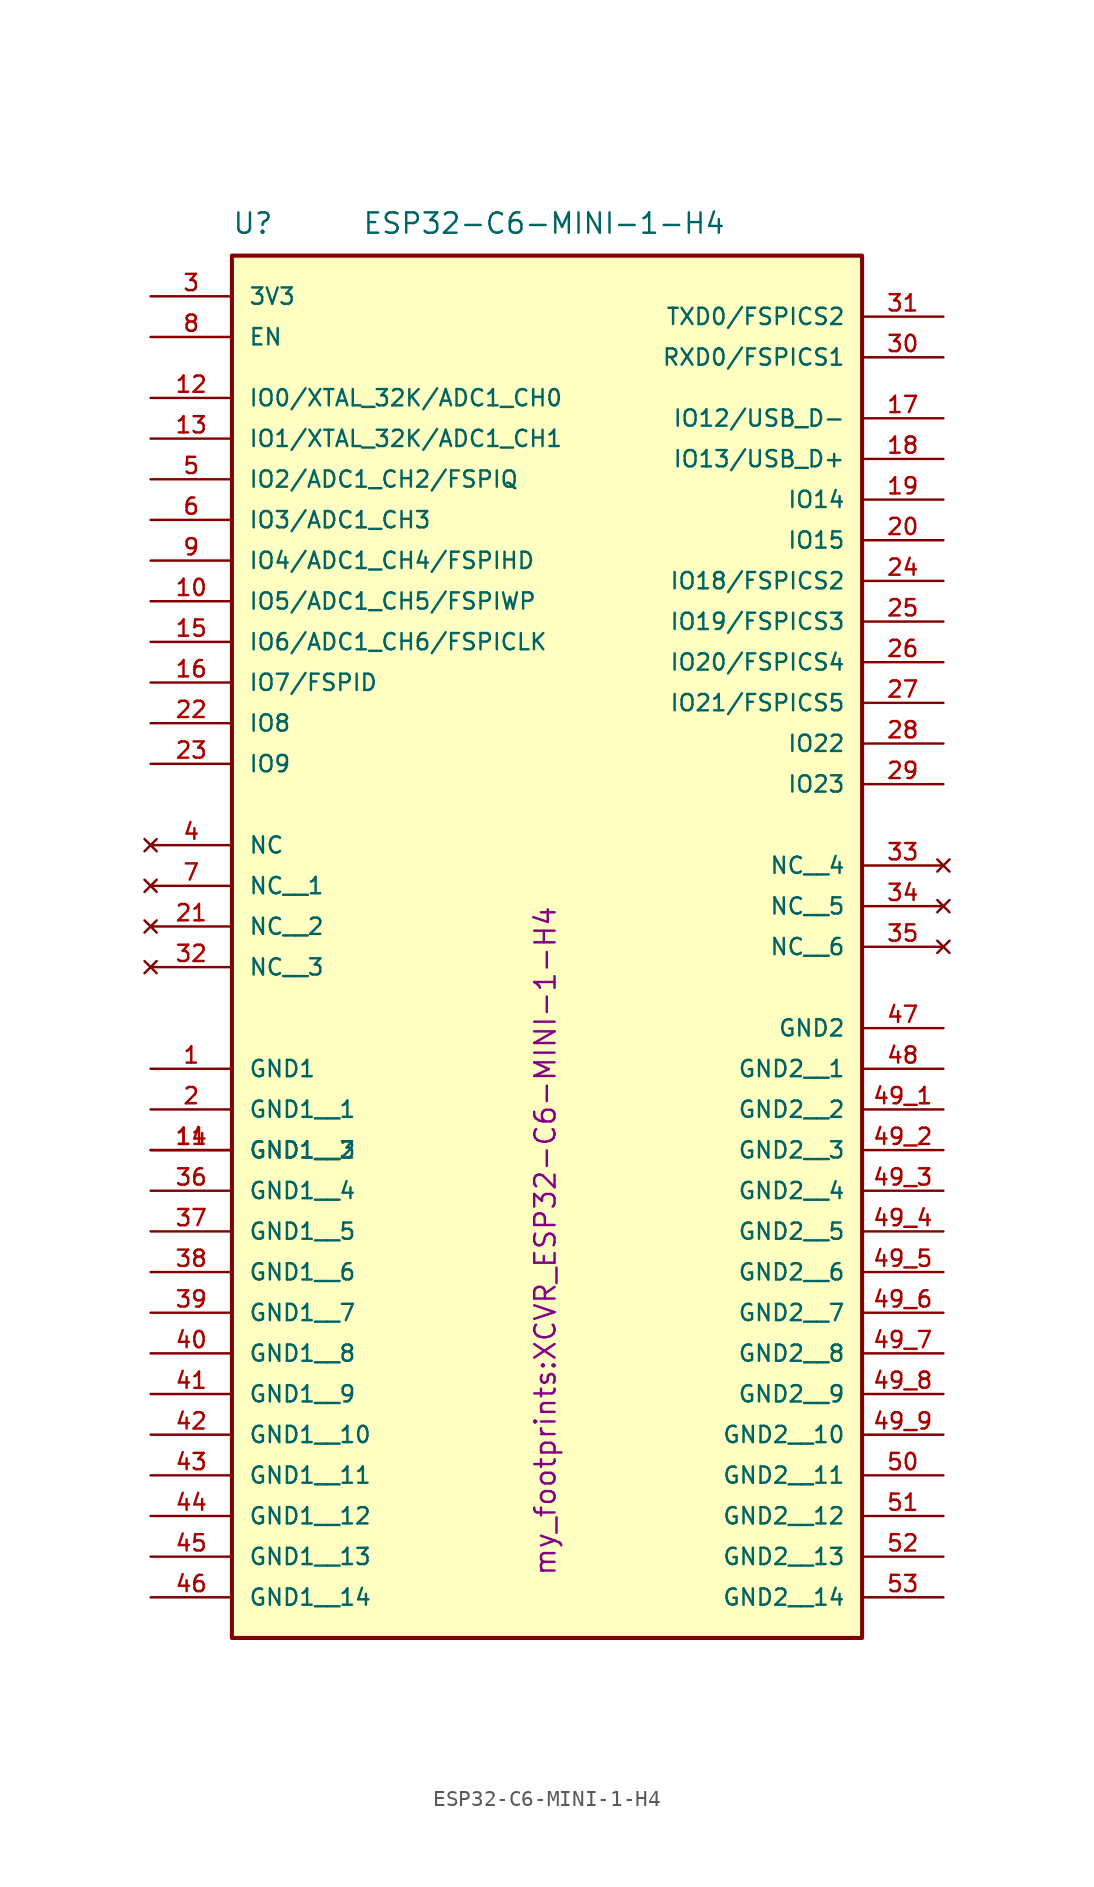
<source format=kicad_sym>
(kicad_symbol_lib
  (version 20231120)
  (generator "kicad_symbol_editor")
  (generator_version "8.0")
  (symbol "ESP32-C6-MINI-1-H4"
    (pin_names
      (offset 1.016))
    (property "Reference" "U"
      (at -10.16 16.51 0)
      (effects (font (size 1.27 1.27)) (justify left bottom)))
    (property "Value" "ESP32-C6-MINI-1-H4"
      (at -2.032 16.51 0)
      (effects (font (size 1.27 1.27)) (justify left bottom)))
    (property "Footprint" "my_footprints:XCVR_ESP32-C6-MINI-1-H4"
      (at 10.16 -67.31 90)
      (effects (font (size 1.27 1.27)) (justify left bottom)))
    (symbol "ESP32-C6-MINI-1-H4_0_0"
      (rectangle (start -10.16 15.24) (end 29.21 -71.12) (stroke (width 0.254) (type default)) (fill (type background)))
      (pin power_in line (at -15.24 -35.56 0) (length 5.08) (name "GND1" (effects (font (size 1.016 1.016)))) (number "1" (effects (font (size 1.016 1.016)))))
      (pin bidirectional line (at -15.24 -6.35 0) (length 5.08) (name "IO5/ADC1_CH5/FSPIWP" (effects (font (size 1.016 1.016)))) (number "10" (effects (font (size 1.016 1.016)))))
      (pin power_in line (at -15.24 -40.64 0) (length 5.08) (name "GND1__2" (effects (font (size 1.016 1.016)))) (number "11" (effects (font (size 1.016 1.016)))))
      (pin bidirectional line (at -15.24 6.35 0) (length 5.08) (name "IO0/XTAL_32K/ADC1_CH0" (effects (font (size 1.016 1.016)))) (number "12" (effects (font (size 1.016 1.016)))))
      (pin bidirectional line (at -15.24 3.81 0) (length 5.08) (name "IO1/XTAL_32K/ADC1_CH1" (effects (font (size 1.016 1.016)))) (number "13" (effects (font (size 1.016 1.016)))))
      (pin power_in line (at -15.24 -40.64 0) (length 5.08) (name "GND1__3" (effects (font (size 1.016 1.016)))) (number "14" (effects (font (size 1.016 1.016)))))
      (pin bidirectional line (at -15.24 -11.43 0) (length 5.08) (name "IO7/FSPID" (effects (font (size 1.016 1.016)))) (number "16" (effects (font (size 1.016 1.016)))))
      (pin bidirectional line (at 34.29 0 180) (length 5.08) (name "IO14" (effects (font (size 1.016 1.016)))) (number "19" (effects (font (size 1.016 1.016)))))
      (pin power_in line (at -15.24 -38.1 0) (length 5.08) (name "GND1__1" (effects (font (size 1.016 1.016)))) (number "2" (effects (font (size 1.016 1.016)))))
      (pin bidirectional line (at 34.29 -2.54 180) (length 5.08) (name "IO15" (effects (font (size 1.016 1.016)))) (number "20" (effects (font (size 1.016 1.016)))))
      (pin no_connect line (at -15.24 -26.67 0) (length 5.08) (name "NC__2" (effects (font (size 1.016 1.016)))) (number "21" (effects (font (size 1.016 1.016)))))
      (pin bidirectional line (at -15.24 -13.97 0) (length 5.08) (name "IO8" (effects (font (size 1.016 1.016)))) (number "22" (effects (font (size 1.016 1.016)))))
      (pin bidirectional line (at -15.24 -16.51 0) (length 5.08) (name "IO9" (effects (font (size 1.016 1.016)))) (number "23" (effects (font (size 1.016 1.016)))))
      (pin bidirectional line (at 34.29 -5.08 180) (length 5.08) (name "IO18/FSPICS2" (effects (font (size 1.016 1.016)))) (number "24" (effects (font (size 1.016 1.016)))))
      (pin bidirectional line (at 34.29 -7.62 180) (length 5.08) (name "IO19/FSPICS3" (effects (font (size 1.016 1.016)))) (number "25" (effects (font (size 1.016 1.016)))))
      (pin bidirectional line (at 34.29 -10.16 180) (length 5.08) (name "IO20/FSPICS4" (effects (font (size 1.016 1.016)))) (number "26" (effects (font (size 1.016 1.016)))))
      (pin bidirectional line (at 34.29 -12.7 180) (length 5.08) (name "IO21/FSPICS5" (effects (font (size 1.016 1.016)))) (number "27" (effects (font (size 1.016 1.016)))))
      (pin bidirectional line (at 34.29 -15.24 180) (length 5.08) (name "IO22" (effects (font (size 1.016 1.016)))) (number "28" (effects (font (size 1.016 1.016)))))
      (pin bidirectional line (at 34.29 -17.78 180) (length 5.08) (name "IO23" (effects (font (size 1.016 1.016)))) (number "29" (effects (font (size 1.016 1.016)))))
      (pin power_in line (at -15.24 12.7 0) (length 5.08) (name "3V3" (effects (font (size 1.016 1.016)))) (number "3" (effects (font (size 1.016 1.016)))))
      (pin bidirectional line (at 34.29 8.89 180) (length 5.08) (name "RXD0/FSPICS1" (effects (font (size 1.016 1.016)))) (number "30" (effects (font (size 1.016 1.016)))))
      (pin bidirectional line (at 34.29 11.43 180) (length 5.08) (name "TXD0/FSPICS2" (effects (font (size 1.016 1.016)))) (number "31" (effects (font (size 1.016 1.016)))))
      (pin no_connect line (at -15.24 -29.21 0) (length 5.08) (name "NC__3" (effects (font (size 1.016 1.016)))) (number "32" (effects (font (size 1.016 1.016)))))
      (pin no_connect line (at 34.29 -22.86 180) (length 5.08) (name "NC__4" (effects (font (size 1.016 1.016)))) (number "33" (effects (font (size 1.016 1.016)))))
      (pin no_connect line (at 34.29 -25.4 180) (length 5.08) (name "NC__5" (effects (font (size 1.016 1.016)))) (number "34" (effects (font (size 1.016 1.016)))))
      (pin no_connect line (at 34.29 -27.94 180) (length 5.08) (name "NC__6" (effects (font (size 1.016 1.016)))) (number "35" (effects (font (size 1.016 1.016)))))
      (pin power_in line (at -15.24 -43.18 0) (length 5.08) (name "GND1__4" (effects (font (size 1.016 1.016)))) (number "36" (effects (font (size 1.016 1.016)))))
      (pin power_in line (at -15.24 -45.72 0) (length 5.08) (name "GND1__5" (effects (font (size 1.016 1.016)))) (number "37" (effects (font (size 1.016 1.016)))))
      (pin power_in line (at -15.24 -48.26 0) (length 5.08) (name "GND1__6" (effects (font (size 1.016 1.016)))) (number "38" (effects (font (size 1.016 1.016)))))
      (pin power_in line (at -15.24 -50.8 0) (length 5.08) (name "GND1__7" (effects (font (size 1.016 1.016)))) (number "39" (effects (font (size 1.016 1.016)))))
      (pin no_connect line (at -15.24 -21.59 0) (length 5.08) (name "NC" (effects (font (size 1.016 1.016)))) (number "4" (effects (font (size 1.016 1.016)))))
      (pin power_in line (at -15.24 -53.34 0) (length 5.08) (name "GND1__8" (effects (font (size 1.016 1.016)))) (number "40" (effects (font (size 1.016 1.016)))))
      (pin power_in line (at -15.24 -55.88 0) (length 5.08) (name "GND1__9" (effects (font (size 1.016 1.016)))) (number "41" (effects (font (size 1.016 1.016)))))
      (pin power_in line (at -15.24 -58.42 0) (length 5.08) (name "GND1__10" (effects (font (size 1.016 1.016)))) (number "42" (effects (font (size 1.016 1.016)))))
      (pin power_in line (at -15.24 -60.96 0) (length 5.08) (name "GND1__11" (effects (font (size 1.016 1.016)))) (number "43" (effects (font (size 1.016 1.016)))))
      (pin power_in line (at -15.24 -63.5 0) (length 5.08) (name "GND1__12" (effects (font (size 1.016 1.016)))) (number "44" (effects (font (size 1.016 1.016)))))
      (pin power_in line (at -15.24 -66.04 0) (length 5.08) (name "GND1__13" (effects (font (size 1.016 1.016)))) (number "45" (effects (font (size 1.016 1.016)))))
      (pin power_in line (at -15.24 -68.58 0) (length 5.08) (name "GND1__14" (effects (font (size 1.016 1.016)))) (number "46" (effects (font (size 1.016 1.016)))))
      (pin power_in line (at 34.29 -33.02 180) (length 5.08) (name "GND2" (effects (font (size 1.016 1.016)))) (number "47" (effects (font (size 1.016 1.016)))))
      (pin power_in line (at 34.29 -35.56 180) (length 5.08) (name "GND2__1" (effects (font (size 1.016 1.016)))) (number "48" (effects (font (size 1.016 1.016)))))
      (pin power_in line (at 34.29 -38.1 180) (length 5.08) (name "GND2__2" (effects (font (size 1.016 1.016)))) (number "49_1" (effects (font (size 1.016 1.016)))))
      (pin power_in line (at 34.29 -40.64 180) (length 5.08) (name "GND2__3" (effects (font (size 1.016 1.016)))) (number "49_2" (effects (font (size 1.016 1.016)))))
      (pin power_in line (at 34.29 -43.18 180) (length 5.08) (name "GND2__4" (effects (font (size 1.016 1.016)))) (number "49_3" (effects (font (size 1.016 1.016)))))
      (pin power_in line (at 34.29 -45.72 180) (length 5.08) (name "GND2__5" (effects (font (size 1.016 1.016)))) (number "49_4" (effects (font (size 1.016 1.016)))))
      (pin power_in line (at 34.29 -48.26 180) (length 5.08) (name "GND2__6" (effects (font (size 1.016 1.016)))) (number "49_5" (effects (font (size 1.016 1.016)))))
      (pin power_in line (at 34.29 -50.8 180) (length 5.08) (name "GND2__7" (effects (font (size 1.016 1.016)))) (number "49_6" (effects (font (size 1.016 1.016)))))
      (pin power_in line (at 34.29 -53.34 180) (length 5.08) (name "GND2__8" (effects (font (size 1.016 1.016)))) (number "49_7" (effects (font (size 1.016 1.016)))))
      (pin power_in line (at 34.29 -55.88 180) (length 5.08) (name "GND2__9" (effects (font (size 1.016 1.016)))) (number "49_8" (effects (font (size 1.016 1.016)))))
      (pin power_in line (at 34.29 -58.42 180) (length 5.08) (name "GND2__10" (effects (font (size 1.016 1.016)))) (number "49_9" (effects (font (size 1.016 1.016)))))
      (pin bidirectional line (at -15.24 1.27 0) (length 5.08) (name "IO2/ADC1_CH2/FSPIQ" (effects (font (size 1.016 1.016)))) (number "5" (effects (font (size 1.016 1.016)))))
      (pin power_in line (at 34.29 -60.96 180) (length 5.08) (name "GND2__11" (effects (font (size 1.016 1.016)))) (number "50" (effects (font (size 1.016 1.016)))))
      (pin power_in line (at 34.29 -63.5 180) (length 5.08) (name "GND2__12" (effects (font (size 1.016 1.016)))) (number "51" (effects (font (size 1.016 1.016)))))
      (pin power_in line (at 34.29 -66.04 180) (length 5.08) (name "GND2__13" (effects (font (size 1.016 1.016)))) (number "52" (effects (font (size 1.016 1.016)))))
      (pin power_in line (at 34.29 -68.58 180) (length 5.08) (name "GND2__14" (effects (font (size 1.016 1.016)))) (number "53" (effects (font (size 1.016 1.016)))))
      (pin bidirectional line (at -15.24 -1.27 0) (length 5.08) (name "IO3/ADC1_CH3" (effects (font (size 1.016 1.016)))) (number "6" (effects (font (size 1.016 1.016)))))
      (pin no_connect line (at -15.24 -24.13 0) (length 5.08) (name "NC__1" (effects (font (size 1.016 1.016)))) (number "7" (effects (font (size 1.016 1.016)))))
      (pin bidirectional line (at -15.24 -3.81 0) (length 5.08) (name "IO4/ADC1_CH4/FSPIHD" (effects (font (size 1.016 1.016)))) (number "9" (effects (font (size 1.016 1.016))))))
    (symbol "ESP32-C6-MINI-1-H4_1_0"
      (pin bidirectional line (at -15.24 -8.89 0) (length 5.08) (name "IO6/ADC1_CH6/FSPICLK" (effects (font (size 1.016 1.016)))) (number "15" (effects (font (size 1.016 1.016)))))
      (pin bidirectional line (at 34.29 5.08 180) (length 5.08) (name "IO12/USB_D-" (effects (font (size 1.016 1.016)))) (number "17" (effects (font (size 1.016 1.016)))) (alternate "USB_D-" bidirectional line))
      (pin bidirectional line (at 34.29 2.54 180) (length 5.08) (name "IO13/USB_D+" (effects (font (size 1.016 1.016)))) (number "18" (effects (font (size 1.016 1.016)))) (alternate "USB_D+" bidirectional line))
      (pin input line (at -15.24 10.16 0) (length 5.08) (name "EN" (effects (font (size 1.016 1.016)))) (number "8" (effects (font (size 1.016 1.016))))))))
</source>
